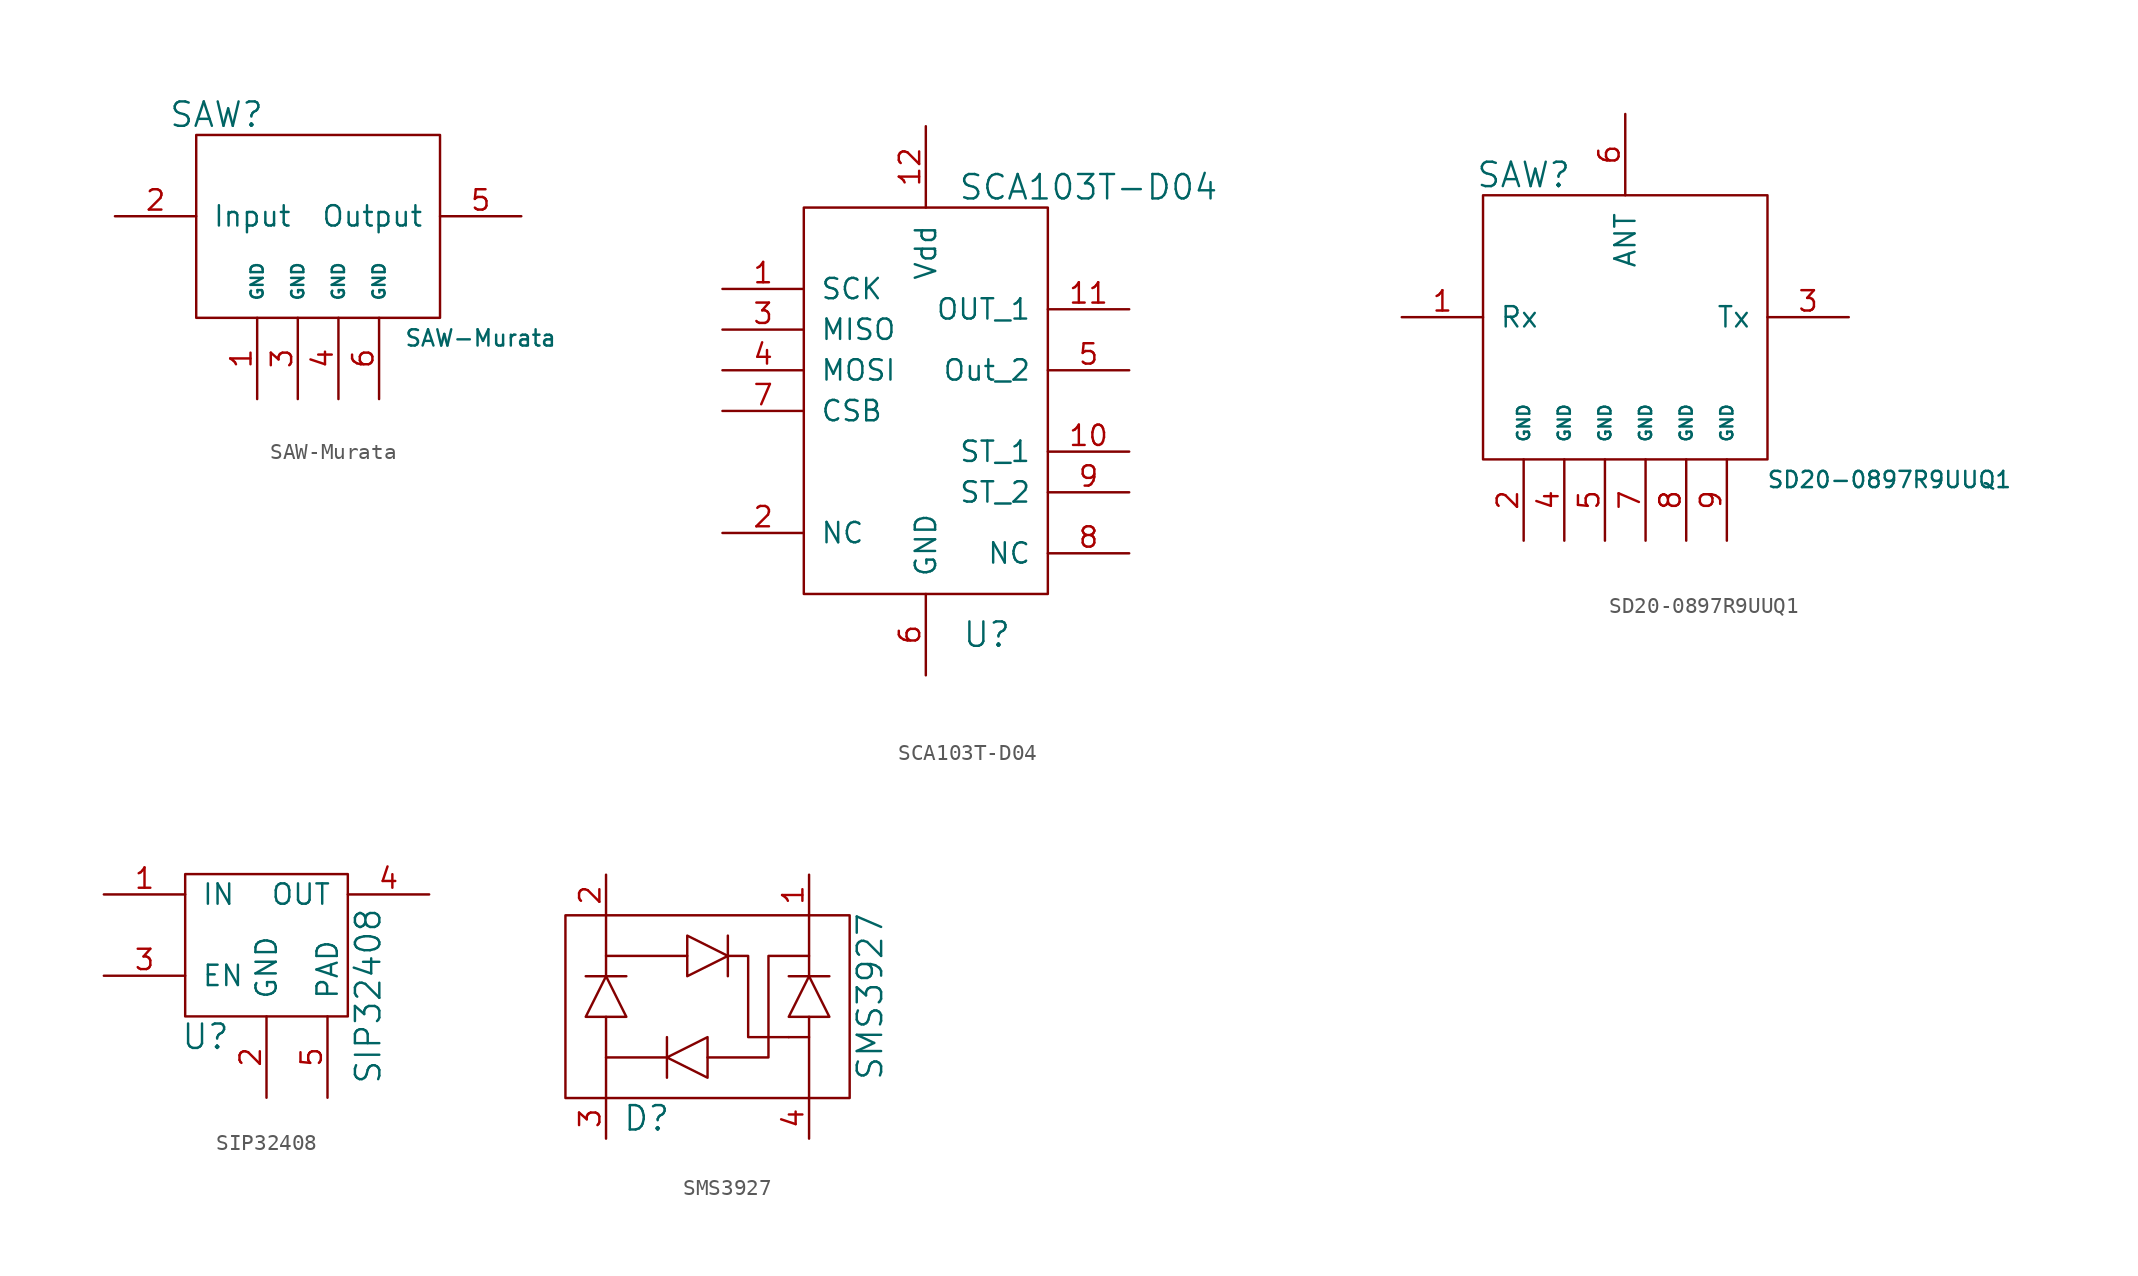
<source format=kicad_sym>
(kicad_symbol_lib
  (version 20211014)
  (generator kicad_symbol_editor)
  (symbol "SAW-Murata"
    (pin_names
      (offset 1.016))
    (property "Reference" "SAW"
      (at -6.35 8.89 0)
      (effects (font (size 1.524 1.524))))
    (property "Value" "SAW-Murata"
      (at 10.16 -5.08 0)
      (effects (font (size 1.016 1.016))))
    (property "Footprint" ""
      (at 0 5.08 0)
      (effects (font (size 1.524 1.524))))
    (property "Datasheet" ""
      (at 0 5.08 0)
      (effects (font (size 1.524 1.524))))
    (symbol "SAW-Murata_0_1"
      (rectangle (start 7.62 -3.81) (end -7.62 7.62) (stroke (width 0) (type default) (color 0 0 0 0)) (fill (type none))))
    (symbol "SAW-Murata_1_1"
      (pin bidirectional line (at -3.81 -8.89 90) (length 5.08) (name "GND" (effects (font (size 0.762 0.762)))) (number "1" (effects (font (size 1.27 1.27)))))
      (pin bidirectional line (at -12.7 2.54 0) (length 5.08) (name "Input" (effects (font (size 1.27 1.27)))) (number "2" (effects (font (size 1.27 1.27)))))
      (pin bidirectional line (at -1.27 -8.89 90) (length 5.08) (name "GND" (effects (font (size 0.762 0.762)))) (number "3" (effects (font (size 1.27 1.27)))))
      (pin bidirectional line (at 1.27 -8.89 90) (length 5.08) (name "GND" (effects (font (size 0.762 0.762)))) (number "4" (effects (font (size 1.27 1.27)))))
      (pin bidirectional line (at 12.7 2.54 180) (length 5.08) (name "Output" (effects (font (size 1.27 1.27)))) (number "5" (effects (font (size 1.27 1.27)))))
      (pin bidirectional line (at 3.81 -8.89 90) (length 5.08) (name "GND" (effects (font (size 0.762 0.762)))) (number "6" (effects (font (size 1.27 1.27)))))))
  (symbol "SCA103T-D04"
    (pin_names
      (offset 1.016))
    (property "Reference" "U"
      (at 3.81 -27.94 0)
      (effects (font (size 1.524 1.524))))
    (property "Value" "SCA103T-D04"
      (at 10.16 0 0)
      (effects (font (size 1.524 1.524))))
    (symbol "SCA103T-D04_0_1"
      (rectangle (start -7.62 -1.27) (end 7.62 -25.4) (stroke (width 0) (type default) (color 0 0 0 0)) (fill (type none))))
    (symbol "SCA103T-D04_1_1"
      (pin input line (at -12.7 -6.35 0) (length 5.08) (name "SCK" (effects (font (size 1.27 1.27)))) (number "1" (effects (font (size 1.27 1.27)))))
      (pin input line (at 12.7 -16.51 180) (length 5.08) (name "ST_1" (effects (font (size 1.27 1.27)))) (number "10" (effects (font (size 1.27 1.27)))))
      (pin input line (at 12.7 -7.62 180) (length 5.08) (name "OUT_1" (effects (font (size 1.27 1.27)))) (number "11" (effects (font (size 1.27 1.27)))))
      (pin input line (at 0 3.81 270) (length 5.08) (name "Vdd" (effects (font (size 1.27 1.27)))) (number "12" (effects (font (size 1.27 1.27)))))
      (pin input line (at -12.7 -21.59 0) (length 5.08) (name "NC" (effects (font (size 1.27 1.27)))) (number "2" (effects (font (size 1.27 1.27)))))
      (pin input line (at -12.7 -8.89 0) (length 5.08) (name "MISO" (effects (font (size 1.27 1.27)))) (number "3" (effects (font (size 1.27 1.27)))))
      (pin input line (at -12.7 -11.43 0) (length 5.08) (name "MOSI" (effects (font (size 1.27 1.27)))) (number "4" (effects (font (size 1.27 1.27)))))
      (pin input line (at 12.7 -11.43 180) (length 5.08) (name "Out_2" (effects (font (size 1.27 1.27)))) (number "5" (effects (font (size 1.27 1.27)))))
      (pin input line (at 0 -30.48 90) (length 5.08) (name "GND" (effects (font (size 1.27 1.27)))) (number "6" (effects (font (size 1.27 1.27)))))
      (pin input line (at -12.7 -13.97 0) (length 5.08) (name "CSB" (effects (font (size 1.27 1.27)))) (number "7" (effects (font (size 1.27 1.27)))))
      (pin input line (at 12.7 -22.86 180) (length 5.08) (name "NC" (effects (font (size 1.27 1.27)))) (number "8" (effects (font (size 1.27 1.27)))))
      (pin input line (at 12.7 -19.05 180) (length 5.08) (name "ST_2" (effects (font (size 1.27 1.27)))) (number "9" (effects (font (size 1.27 1.27)))))))
  (symbol "SD20-0897R9UUQ1"
    (pin_names
      (offset 1.016))
    (property "Reference" "SAW"
      (at -6.35 8.89 0)
      (effects (font (size 1.524 1.524))))
    (property "Value" "SD20-0897R9UUQ1"
      (at 16.51 -10.16 0)
      (effects (font (size 1.016 1.016))))
    (property "Footprint" ""
      (at 0 0 0)
      (effects (font (size 1.524 1.524))))
    (property "Datasheet" ""
      (at 0 0 0)
      (effects (font (size 1.524 1.524))))
    (symbol "SD20-0897R9UUQ1_0_1"
      (rectangle (start -8.89 -8.89) (end 8.89 7.62) (stroke (width 0) (type default) (color 0 0 0 0)) (fill (type none))))
    (symbol "SD20-0897R9UUQ1_1_1"
      (pin bidirectional line (at -13.97 0 0) (length 5.08) (name "Rx" (effects (font (size 1.27 1.27)))) (number "1" (effects (font (size 1.27 1.27)))))
      (pin bidirectional line (at -6.35 -13.97 90) (length 5.08) (name "GND" (effects (font (size 0.762 0.762)))) (number "2" (effects (font (size 1.27 1.27)))))
      (pin bidirectional line (at 13.97 0 180) (length 5.08) (name "Tx" (effects (font (size 1.27 1.27)))) (number "3" (effects (font (size 1.27 1.27)))))
      (pin bidirectional line (at -3.81 -13.97 90) (length 5.08) (name "GND" (effects (font (size 0.762 0.762)))) (number "4" (effects (font (size 1.27 1.27)))))
      (pin bidirectional line (at -1.27 -13.97 90) (length 5.08) (name "GND" (effects (font (size 0.762 0.762)))) (number "5" (effects (font (size 1.27 1.27)))))
      (pin bidirectional line (at 0 12.7 270) (length 5.08) (name "ANT" (effects (font (size 1.27 1.27)))) (number "6" (effects (font (size 1.27 1.27)))))
      (pin bidirectional line (at 1.27 -13.97 90) (length 5.08) (name "GND" (effects (font (size 0.762 0.762)))) (number "7" (effects (font (size 1.27 1.27)))))
      (pin bidirectional line (at 3.81 -13.97 90) (length 5.08) (name "GND" (effects (font (size 0.762 0.762)))) (number "8" (effects (font (size 1.27 1.27)))))
      (pin bidirectional line (at 6.35 -13.97 90) (length 5.08) (name "GND" (effects (font (size 0.762 0.762)))) (number "9" (effects (font (size 1.27 1.27)))))))
  (symbol "SIP32408"
    (pin_names
      (offset 1.016))
    (property "Reference" "U"
      (at -3.81 -6.35 0)
      (effects (font (size 1.524 1.524))))
    (property "Value" "SIP32408"
      (at 6.35 -3.81 90)
      (effects (font (size 1.524 1.524))))
    (property "Footprint" ""
      (at 0 0 0)
      (effects (font (size 1.524 1.524))))
    (property "Datasheet" ""
      (at 0 0 0)
      (effects (font (size 1.524 1.524))))
    (symbol "SIP32408_0_1"
      (rectangle (start 5.08 3.81) (end -5.08 -5.08) (stroke (width 0) (type default) (color 0 0 0 0)) (fill (type none))))
    (symbol "SIP32408_1_1"
      (pin power_in line (at -10.16 2.54 0) (length 5.08) (name "IN" (effects (font (size 1.27 1.27)))) (number "1" (effects (font (size 1.27 1.27)))))
      (pin power_in line (at 0 -10.16 90) (length 5.08) (name "GND" (effects (font (size 1.27 1.27)))) (number "2" (effects (font (size 1.27 1.27)))))
      (pin input line (at -10.16 -2.54 0) (length 5.08) (name "EN" (effects (font (size 1.27 1.27)))) (number "3" (effects (font (size 1.27 1.27)))))
      (pin power_out line (at 10.16 2.54 180) (length 5.08) (name "OUT" (effects (font (size 1.27 1.27)))) (number "4" (effects (font (size 1.27 1.27)))))
      (pin power_in line (at 3.81 -10.16 90) (length 5.08) (name "PAD" (effects (font (size 1.27 1.27)))) (number "5" (effects (font (size 1.27 1.27)))))))
  (symbol "SMS3927"
    (pin_names
      (offset 1.016) hide)
    (property "Reference" "D"
      (at -3.81 -10.16 0)
      (effects (font (size 1.524 1.524))))
    (property "Value" "SMS3927"
      (at 10.16 -2.54 90)
      (effects (font (size 1.524 1.524))))
    (property "Footprint" ""
      (at 0 0 0)
      (effects (font (size 1.524 1.524))))
    (property "Datasheet" ""
      (at 0 0 0)
      (effects (font (size 1.524 1.524))))
    (symbol "SMS3927_0_1"
      (rectangle (start -8.89 2.54) (end 8.89 -8.89) (stroke (width 0) (type default) (color 0 0 0 0)) (fill (type none)))
      (polyline (pts (xy -7.62 -1.27) (xy -5.08 -1.27)) (stroke (width 0) (type default) (color 0 0 0 0)) (fill (type none)))
      (polyline (pts (xy -6.35 -3.81) (xy -6.35 -8.89)) (stroke (width 0) (type default) (color 0 0 0 0)) (fill (type none)))
      (polyline (pts (xy -6.35 -1.27) (xy -6.35 2.54)) (stroke (width 0) (type default) (color 0 0 0 0)) (fill (type none)))
      (polyline (pts (xy -6.35 0) (xy -1.27 0)) (stroke (width 0) (type default) (color 0 0 0 0)) (fill (type none)))
      (polyline (pts (xy -2.54 -7.62) (xy -2.54 -5.08)) (stroke (width 0) (type default) (color 0 0 0 0)) (fill (type none)))
      (polyline (pts (xy -2.54 -6.35) (xy -6.35 -6.35)) (stroke (width 0) (type default) (color 0 0 0 0)) (fill (type none)))
      (polyline (pts (xy 1.27 -1.27) (xy 1.27 1.27)) (stroke (width 0) (type default) (color 0 0 0 0)) (fill (type none)))
      (polyline (pts (xy 5.08 -5.08) (xy 6.35 -5.08)) (stroke (width 0) (type default) (color 0 0 0 0)) (fill (type none)))
      (polyline (pts (xy 5.08 -1.27) (xy 7.62 -1.27)) (stroke (width 0) (type default) (color 0 0 0 0)) (fill (type none)))
      (polyline (pts (xy 6.35 -3.81) (xy 6.35 -8.89)) (stroke (width 0) (type default) (color 0 0 0 0)) (fill (type none)))
      (polyline (pts (xy 6.35 -1.27) (xy 6.35 2.54)) (stroke (width 0) (type default) (color 0 0 0 0)) (fill (type none)))
      (polyline (pts (xy -6.35 -1.27) (xy -7.62 -3.81) (xy -5.08 -3.81) (xy -6.35 -1.27)) (stroke (width 0) (type default) (color 0 0 0 0)) (fill (type none)))
      (polyline (pts (xy -2.54 -6.35) (xy 0 -7.62) (xy 0 -5.08) (xy -2.54 -6.35)) (stroke (width 0) (type default) (color 0 0 0 0)) (fill (type none)))
      (polyline (pts (xy 0 -6.35) (xy 3.81 -6.35) (xy 3.81 0) (xy 6.35 0)) (stroke (width 0) (type default) (color 0 0 0 0)) (fill (type none)))
      (polyline (pts (xy 1.27 0) (xy -1.27 -1.27) (xy -1.27 1.27) (xy 1.27 0)) (stroke (width 0) (type default) (color 0 0 0 0)) (fill (type none)))
      (polyline (pts (xy 1.27 0) (xy 2.54 0) (xy 2.54 -5.08) (xy 5.08 -5.08)) (stroke (width 0) (type default) (color 0 0 0 0)) (fill (type none)))
      (polyline (pts (xy 6.35 -1.27) (xy 5.08 -3.81) (xy 7.62 -3.81) (xy 6.35 -1.27)) (stroke (width 0) (type default) (color 0 0 0 0)) (fill (type none))))
    (symbol "SMS3927_1_1"
      (pin input line (at 6.35 5.08 270) (length 2.54) (name "1" (effects (font (size 1.27 1.27)))) (number "1" (effects (font (size 1.27 1.27)))))
      (pin input line (at -6.35 5.08 270) (length 2.54) (name "2" (effects (font (size 1.27 1.27)))) (number "2" (effects (font (size 1.27 1.27)))))
      (pin input line (at -6.35 -11.43 90) (length 2.54) (name "3" (effects (font (size 1.27 1.27)))) (number "3" (effects (font (size 1.27 1.27)))))
      (pin input line (at 6.35 -11.43 90) (length 2.54) (name "4" (effects (font (size 1.27 1.27)))) (number "4" (effects (font (size 1.27 1.27))))))))
</source>
